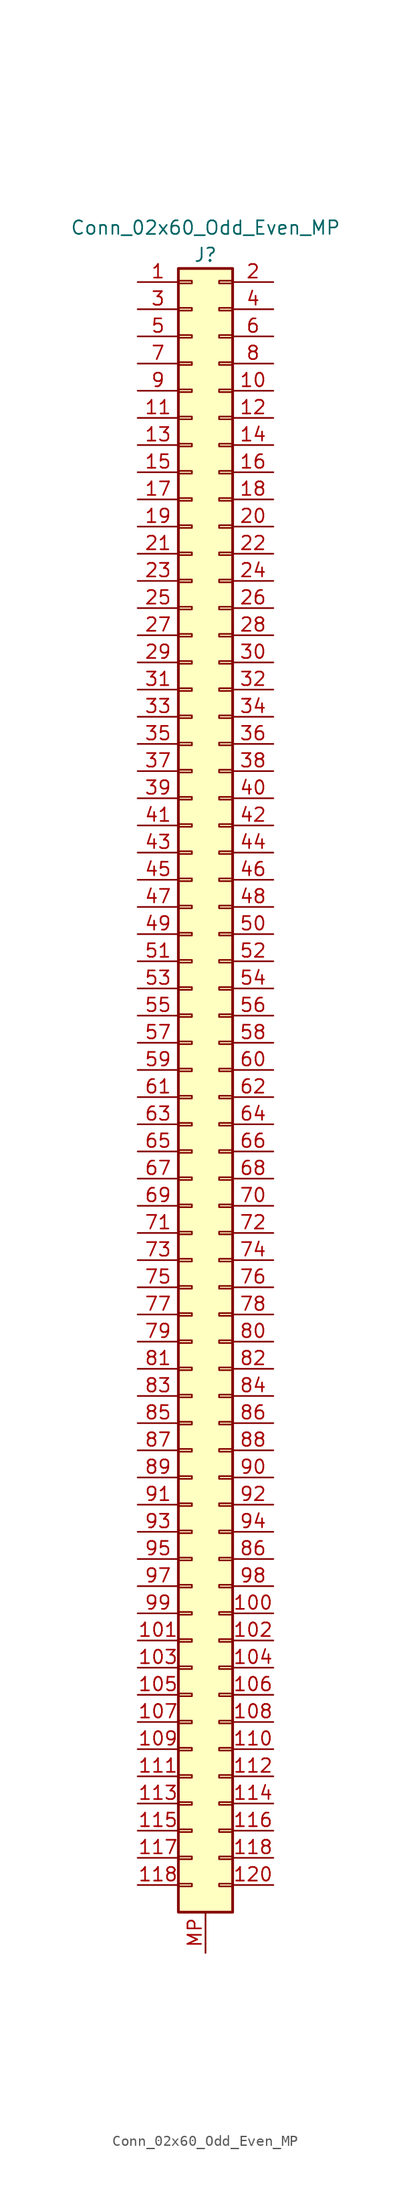
<source format=kicad_sym>
(kicad_symbol_lib
  (version 20241209)
  (generator "kicad_symbol_editor")
  (generator_version "9.0")
  (symbol "Conn_02x60_Odd_Even_MP"
    (pin_names
      (offset 1.016)
      (hide yes))
    (property "Reference" "J"
      (at 0 63.5 0)
      (effects (font (size 1.27 1.27))))
    (property "Value" "Conn_02x60_Odd_Even_MP"
      (at 0 66.04 0)
      (effects (font (size 1.27 1.27))))
    (symbol "Conn_02x60_Odd_Even_MP_1_1"
      (rectangle (start -2.54 62.23) (end 2.54 -91.44) (stroke (width 0.254) (type default)) (fill (type background)))
      (rectangle (start -2.54 61.087) (end -1.27 60.833) (stroke (width 0.152) (type default)) (fill (type none)))
      (rectangle (start -2.54 58.547) (end -1.27 58.293) (stroke (width 0.152) (type default)) (fill (type none)))
      (rectangle (start -2.54 56.007) (end -1.27 55.753) (stroke (width 0.152) (type default)) (fill (type none)))
      (rectangle (start -2.54 53.467) (end -1.27 53.213) (stroke (width 0.152) (type default)) (fill (type none)))
      (rectangle (start -2.54 50.927) (end -1.27 50.673) (stroke (width 0.152) (type default)) (fill (type none)))
      (rectangle (start -2.54 48.387) (end -1.27 48.133) (stroke (width 0.152) (type default)) (fill (type none)))
      (rectangle (start -2.54 45.847) (end -1.27 45.593) (stroke (width 0.152) (type default)) (fill (type none)))
      (rectangle (start -2.54 43.307) (end -1.27 43.053) (stroke (width 0.152) (type default)) (fill (type none)))
      (rectangle (start -2.54 40.767) (end -1.27 40.513) (stroke (width 0.152) (type default)) (fill (type none)))
      (rectangle (start -2.54 38.227) (end -1.27 37.973) (stroke (width 0.152) (type default)) (fill (type none)))
      (rectangle (start -2.54 35.687) (end -1.27 35.433) (stroke (width 0.152) (type default)) (fill (type none)))
      (rectangle (start -2.54 33.147) (end -1.27 32.893) (stroke (width 0.152) (type default)) (fill (type none)))
      (rectangle (start -2.54 30.607) (end -1.27 30.353) (stroke (width 0.152) (type default)) (fill (type none)))
      (rectangle (start -2.54 28.067) (end -1.27 27.813) (stroke (width 0.152) (type default)) (fill (type none)))
      (rectangle (start -2.54 25.527) (end -1.27 25.273) (stroke (width 0.152) (type default)) (fill (type none)))
      (rectangle (start -2.54 22.987) (end -1.27 22.733) (stroke (width 0.152) (type default)) (fill (type none)))
      (rectangle (start -2.54 20.447) (end -1.27 20.193) (stroke (width 0.152) (type default)) (fill (type none)))
      (rectangle (start -2.54 17.907) (end -1.27 17.653) (stroke (width 0.152) (type default)) (fill (type none)))
      (rectangle (start -2.54 15.367) (end -1.27 15.113) (stroke (width 0.152) (type default)) (fill (type none)))
      (rectangle (start -2.54 12.827) (end -1.27 12.573) (stroke (width 0.152) (type default)) (fill (type none)))
      (rectangle (start -2.54 10.287) (end -1.27 10.033) (stroke (width 0.152) (type default)) (fill (type none)))
      (rectangle (start -2.54 7.747) (end -1.27 7.493) (stroke (width 0.152) (type default)) (fill (type none)))
      (rectangle (start -2.54 5.207) (end -1.27 4.953) (stroke (width 0.152) (type default)) (fill (type none)))
      (rectangle (start -2.54 2.667) (end -1.27 2.413) (stroke (width 0.152) (type default)) (fill (type none)))
      (rectangle (start -2.54 0.127) (end -1.27 -0.127) (stroke (width 0.152) (type default)) (fill (type none)))
      (rectangle (start -2.54 -2.413) (end -1.27 -2.667) (stroke (width 0.152) (type default)) (fill (type none)))
      (rectangle (start -2.54 -4.953) (end -1.27 -5.207) (stroke (width 0.152) (type default)) (fill (type none)))
      (rectangle (start -2.54 -7.493) (end -1.27 -7.747) (stroke (width 0.152) (type default)) (fill (type none)))
      (rectangle (start -2.54 -10.033) (end -1.27 -10.287) (stroke (width 0.152) (type default)) (fill (type none)))
      (rectangle (start -2.54 -12.573) (end -1.27 -12.827) (stroke (width 0.152) (type default)) (fill (type none)))
      (rectangle (start -2.54 -15.113) (end -1.27 -15.367) (stroke (width 0.152) (type default)) (fill (type none)))
      (rectangle (start -2.54 -17.653) (end -1.27 -17.907) (stroke (width 0.152) (type default)) (fill (type none)))
      (rectangle (start -2.54 -20.193) (end -1.27 -20.447) (stroke (width 0.152) (type default)) (fill (type none)))
      (rectangle (start -2.54 -22.733) (end -1.27 -22.987) (stroke (width 0.152) (type default)) (fill (type none)))
      (rectangle (start -2.54 -25.273) (end -1.27 -25.527) (stroke (width 0.152) (type default)) (fill (type none)))
      (rectangle (start -2.54 -27.813) (end -1.27 -28.067) (stroke (width 0.152) (type default)) (fill (type none)))
      (rectangle (start -2.54 -30.353) (end -1.27 -30.607) (stroke (width 0.152) (type default)) (fill (type none)))
      (rectangle (start -2.54 -32.893) (end -1.27 -33.147) (stroke (width 0.152) (type default)) (fill (type none)))
      (rectangle (start -2.54 -35.433) (end -1.27 -35.687) (stroke (width 0.152) (type default)) (fill (type none)))
      (rectangle (start -2.54 -37.973) (end -1.27 -38.227) (stroke (width 0.152) (type default)) (fill (type none)))
      (rectangle (start -2.54 -40.513) (end -1.27 -40.767) (stroke (width 0.152) (type default)) (fill (type none)))
      (rectangle (start -2.54 -43.053) (end -1.27 -43.307) (stroke (width 0.152) (type default)) (fill (type none)))
      (rectangle (start -2.54 -45.593) (end -1.27 -45.847) (stroke (width 0.152) (type default)) (fill (type none)))
      (rectangle (start -2.54 -48.133) (end -1.27 -48.387) (stroke (width 0.152) (type default)) (fill (type none)))
      (rectangle (start -2.54 -50.673) (end -1.27 -50.927) (stroke (width 0.152) (type default)) (fill (type none)))
      (rectangle (start -2.54 -53.213) (end -1.27 -53.467) (stroke (width 0.152) (type default)) (fill (type none)))
      (rectangle (start -2.54 -55.753) (end -1.27 -56.007) (stroke (width 0.152) (type default)) (fill (type none)))
      (rectangle (start -2.54 -58.293) (end -1.27 -58.547) (stroke (width 0.152) (type default)) (fill (type none)))
      (rectangle (start -2.54 -60.833) (end -1.27 -61.087) (stroke (width 0.152) (type default)) (fill (type none)))
      (rectangle (start -2.54 -63.373) (end -1.27 -63.627) (stroke (width 0.152) (type default)) (fill (type none)))
      (rectangle (start -2.54 -65.913) (end -1.27 -66.167) (stroke (width 0.152) (type default)) (fill (type none)))
      (rectangle (start -2.54 -68.453) (end -1.27 -68.707) (stroke (width 0.152) (type default)) (fill (type none)))
      (rectangle (start -2.54 -70.993) (end -1.27 -71.247) (stroke (width 0.152) (type default)) (fill (type none)))
      (rectangle (start -2.54 -73.533) (end -1.27 -73.787) (stroke (width 0.152) (type default)) (fill (type none)))
      (rectangle (start -2.54 -76.073) (end -1.27 -76.327) (stroke (width 0.152) (type default)) (fill (type none)))
      (rectangle (start -2.54 -78.613) (end -1.27 -78.867) (stroke (width 0.152) (type default)) (fill (type none)))
      (rectangle (start -2.54 -81.153) (end -1.27 -81.407) (stroke (width 0.152) (type default)) (fill (type none)))
      (rectangle (start -2.54 -83.693) (end -1.27 -83.947) (stroke (width 0.152) (type default)) (fill (type none)))
      (rectangle (start -2.54 -86.233) (end -1.27 -86.487) (stroke (width 0.152) (type default)) (fill (type none)))
      (rectangle (start -2.54 -88.773) (end -1.27 -89.027) (stroke (width 0.152) (type default)) (fill (type none)))
      (rectangle (start 2.54 61.087) (end 1.27 60.833) (stroke (width 0.152) (type default)) (fill (type none)))
      (rectangle (start 2.54 58.547) (end 1.27 58.293) (stroke (width 0.152) (type default)) (fill (type none)))
      (rectangle (start 2.54 56.007) (end 1.27 55.753) (stroke (width 0.152) (type default)) (fill (type none)))
      (rectangle (start 2.54 53.467) (end 1.27 53.213) (stroke (width 0.152) (type default)) (fill (type none)))
      (rectangle (start 2.54 50.927) (end 1.27 50.673) (stroke (width 0.152) (type default)) (fill (type none)))
      (rectangle (start 2.54 48.387) (end 1.27 48.133) (stroke (width 0.152) (type default)) (fill (type none)))
      (rectangle (start 2.54 45.847) (end 1.27 45.593) (stroke (width 0.152) (type default)) (fill (type none)))
      (rectangle (start 2.54 43.307) (end 1.27 43.053) (stroke (width 0.152) (type default)) (fill (type none)))
      (rectangle (start 2.54 40.767) (end 1.27 40.513) (stroke (width 0.152) (type default)) (fill (type none)))
      (rectangle (start 2.54 38.227) (end 1.27 37.973) (stroke (width 0.152) (type default)) (fill (type none)))
      (rectangle (start 2.54 35.687) (end 1.27 35.433) (stroke (width 0.152) (type default)) (fill (type none)))
      (rectangle (start 2.54 33.147) (end 1.27 32.893) (stroke (width 0.152) (type default)) (fill (type none)))
      (rectangle (start 2.54 30.607) (end 1.27 30.353) (stroke (width 0.152) (type default)) (fill (type none)))
      (rectangle (start 2.54 28.067) (end 1.27 27.813) (stroke (width 0.152) (type default)) (fill (type none)))
      (rectangle (start 2.54 25.527) (end 1.27 25.273) (stroke (width 0.152) (type default)) (fill (type none)))
      (rectangle (start 2.54 22.987) (end 1.27 22.733) (stroke (width 0.152) (type default)) (fill (type none)))
      (rectangle (start 2.54 20.447) (end 1.27 20.193) (stroke (width 0.152) (type default)) (fill (type none)))
      (rectangle (start 2.54 17.907) (end 1.27 17.653) (stroke (width 0.152) (type default)) (fill (type none)))
      (rectangle (start 2.54 15.367) (end 1.27 15.113) (stroke (width 0.152) (type default)) (fill (type none)))
      (rectangle (start 2.54 12.827) (end 1.27 12.573) (stroke (width 0.152) (type default)) (fill (type none)))
      (rectangle (start 2.54 10.287) (end 1.27 10.033) (stroke (width 0.152) (type default)) (fill (type none)))
      (rectangle (start 2.54 7.747) (end 1.27 7.493) (stroke (width 0.152) (type default)) (fill (type none)))
      (rectangle (start 2.54 5.207) (end 1.27 4.953) (stroke (width 0.152) (type default)) (fill (type none)))
      (rectangle (start 2.54 2.667) (end 1.27 2.413) (stroke (width 0.152) (type default)) (fill (type none)))
      (rectangle (start 2.54 0.127) (end 1.27 -0.127) (stroke (width 0.152) (type default)) (fill (type none)))
      (rectangle (start 2.54 -2.413) (end 1.27 -2.667) (stroke (width 0.152) (type default)) (fill (type none)))
      (rectangle (start 2.54 -4.953) (end 1.27 -5.207) (stroke (width 0.152) (type default)) (fill (type none)))
      (rectangle (start 2.54 -7.493) (end 1.27 -7.747) (stroke (width 0.152) (type default)) (fill (type none)))
      (rectangle (start 2.54 -10.033) (end 1.27 -10.287) (stroke (width 0.152) (type default)) (fill (type none)))
      (rectangle (start 2.54 -12.573) (end 1.27 -12.827) (stroke (width 0.152) (type default)) (fill (type none)))
      (rectangle (start 2.54 -15.113) (end 1.27 -15.367) (stroke (width 0.152) (type default)) (fill (type none)))
      (rectangle (start 2.54 -17.653) (end 1.27 -17.907) (stroke (width 0.152) (type default)) (fill (type none)))
      (rectangle (start 2.54 -20.193) (end 1.27 -20.447) (stroke (width 0.152) (type default)) (fill (type none)))
      (rectangle (start 2.54 -22.733) (end 1.27 -22.987) (stroke (width 0.152) (type default)) (fill (type none)))
      (rectangle (start 2.54 -25.273) (end 1.27 -25.527) (stroke (width 0.152) (type default)) (fill (type none)))
      (rectangle (start 2.54 -27.813) (end 1.27 -28.067) (stroke (width 0.152) (type default)) (fill (type none)))
      (rectangle (start 2.54 -30.353) (end 1.27 -30.607) (stroke (width 0.152) (type default)) (fill (type none)))
      (rectangle (start 2.54 -32.893) (end 1.27 -33.147) (stroke (width 0.152) (type default)) (fill (type none)))
      (rectangle (start 2.54 -35.433) (end 1.27 -35.687) (stroke (width 0.152) (type default)) (fill (type none)))
      (rectangle (start 2.54 -37.973) (end 1.27 -38.227) (stroke (width 0.152) (type default)) (fill (type none)))
      (rectangle (start 2.54 -40.513) (end 1.27 -40.767) (stroke (width 0.152) (type default)) (fill (type none)))
      (rectangle (start 2.54 -43.053) (end 1.27 -43.307) (stroke (width 0.152) (type default)) (fill (type none)))
      (rectangle (start 2.54 -45.593) (end 1.27 -45.847) (stroke (width 0.152) (type default)) (fill (type none)))
      (rectangle (start 2.54 -48.133) (end 1.27 -48.387) (stroke (width 0.152) (type default)) (fill (type none)))
      (rectangle (start 2.54 -50.673) (end 1.27 -50.927) (stroke (width 0.152) (type default)) (fill (type none)))
      (rectangle (start 2.54 -53.213) (end 1.27 -53.467) (stroke (width 0.152) (type default)) (fill (type none)))
      (rectangle (start 2.54 -55.753) (end 1.27 -56.007) (stroke (width 0.152) (type default)) (fill (type none)))
      (rectangle (start 2.54 -58.293) (end 1.27 -58.547) (stroke (width 0.152) (type default)) (fill (type none)))
      (rectangle (start 2.54 -60.833) (end 1.27 -61.087) (stroke (width 0.152) (type default)) (fill (type none)))
      (rectangle (start 2.54 -63.373) (end 1.27 -63.627) (stroke (width 0.152) (type default)) (fill (type none)))
      (rectangle (start 2.54 -65.913) (end 1.27 -66.167) (stroke (width 0.152) (type default)) (fill (type none)))
      (rectangle (start 2.54 -68.453) (end 1.27 -68.707) (stroke (width 0.152) (type default)) (fill (type none)))
      (rectangle (start 2.54 -70.993) (end 1.27 -71.247) (stroke (width 0.152) (type default)) (fill (type none)))
      (rectangle (start 2.54 -73.533) (end 1.27 -73.787) (stroke (width 0.152) (type default)) (fill (type none)))
      (rectangle (start 2.54 -76.073) (end 1.27 -76.327) (stroke (width 0.152) (type default)) (fill (type none)))
      (rectangle (start 2.54 -78.613) (end 1.27 -78.867) (stroke (width 0.152) (type default)) (fill (type none)))
      (rectangle (start 2.54 -81.153) (end 1.27 -81.407) (stroke (width 0.152) (type default)) (fill (type none)))
      (rectangle (start 2.54 -83.693) (end 1.27 -83.947) (stroke (width 0.152) (type default)) (fill (type none)))
      (rectangle (start 2.54 -86.233) (end 1.27 -86.487) (stroke (width 0.152) (type default)) (fill (type none)))
      (rectangle (start 2.54 -88.773) (end 1.27 -89.027) (stroke (width 0.152) (type default)) (fill (type none)))
      (pin passive line (at -6.35 60.96 0) (length 3.81) (name "Pin_1" (effects (font (size 1.27 1.27)))) (number "1" (effects (font (size 1.27 1.27)))))
      (pin passive line (at -6.35 58.42 0) (length 3.81) (name "Pin_3" (effects (font (size 1.27 1.27)))) (number "3" (effects (font (size 1.27 1.27)))))
      (pin passive line (at -6.35 55.88 0) (length 3.81) (name "Pin_5" (effects (font (size 1.27 1.27)))) (number "5" (effects (font (size 1.27 1.27)))))
      (pin passive line (at -6.35 53.34 0) (length 3.81) (name "Pin_7" (effects (font (size 1.27 1.27)))) (number "7" (effects (font (size 1.27 1.27)))))
      (pin passive line (at -6.35 50.8 0) (length 3.81) (name "Pin_9" (effects (font (size 1.27 1.27)))) (number "9" (effects (font (size 1.27 1.27)))))
      (pin passive line (at -6.35 48.26 0) (length 3.81) (name "Pin_11" (effects (font (size 1.27 1.27)))) (number "11" (effects (font (size 1.27 1.27)))))
      (pin passive line (at -6.35 45.72 0) (length 3.81) (name "Pin_13" (effects (font (size 1.27 1.27)))) (number "13" (effects (font (size 1.27 1.27)))))
      (pin passive line (at -6.35 43.18 0) (length 3.81) (name "Pin_15" (effects (font (size 1.27 1.27)))) (number "15" (effects (font (size 1.27 1.27)))))
      (pin passive line (at -6.35 40.64 0) (length 3.81) (name "Pin_17" (effects (font (size 1.27 1.27)))) (number "17" (effects (font (size 1.27 1.27)))))
      (pin passive line (at -6.35 38.1 0) (length 3.81) (name "Pin_19" (effects (font (size 1.27 1.27)))) (number "19" (effects (font (size 1.27 1.27)))))
      (pin passive line (at -6.35 35.56 0) (length 3.81) (name "Pin_21" (effects (font (size 1.27 1.27)))) (number "21" (effects (font (size 1.27 1.27)))))
      (pin passive line (at -6.35 33.02 0) (length 3.81) (name "Pin_23" (effects (font (size 1.27 1.27)))) (number "23" (effects (font (size 1.27 1.27)))))
      (pin passive line (at -6.35 30.48 0) (length 3.81) (name "Pin_25" (effects (font (size 1.27 1.27)))) (number "25" (effects (font (size 1.27 1.27)))))
      (pin passive line (at -6.35 27.94 0) (length 3.81) (name "Pin_27" (effects (font (size 1.27 1.27)))) (number "27" (effects (font (size 1.27 1.27)))))
      (pin passive line (at -6.35 25.4 0) (length 3.81) (name "Pin_29" (effects (font (size 1.27 1.27)))) (number "29" (effects (font (size 1.27 1.27)))))
      (pin passive line (at -6.35 22.86 0) (length 3.81) (name "Pin_31" (effects (font (size 1.27 1.27)))) (number "31" (effects (font (size 1.27 1.27)))))
      (pin passive line (at -6.35 20.32 0) (length 3.81) (name "Pin_33" (effects (font (size 1.27 1.27)))) (number "33" (effects (font (size 1.27 1.27)))))
      (pin passive line (at -6.35 17.78 0) (length 3.81) (name "Pin_35" (effects (font (size 1.27 1.27)))) (number "35" (effects (font (size 1.27 1.27)))))
      (pin passive line (at -6.35 15.24 0) (length 3.81) (name "Pin_37" (effects (font (size 1.27 1.27)))) (number "37" (effects (font (size 1.27 1.27)))))
      (pin passive line (at -6.35 12.7 0) (length 3.81) (name "Pin_39" (effects (font (size 1.27 1.27)))) (number "39" (effects (font (size 1.27 1.27)))))
      (pin passive line (at -6.35 10.16 0) (length 3.81) (name "Pin_41" (effects (font (size 1.27 1.27)))) (number "41" (effects (font (size 1.27 1.27)))))
      (pin passive line (at -6.35 7.62 0) (length 3.81) (name "Pin_43" (effects (font (size 1.27 1.27)))) (number "43" (effects (font (size 1.27 1.27)))))
      (pin passive line (at -6.35 5.08 0) (length 3.81) (name "Pin_45" (effects (font (size 1.27 1.27)))) (number "45" (effects (font (size 1.27 1.27)))))
      (pin passive line (at -6.35 2.54 0) (length 3.81) (name "Pin_47" (effects (font (size 1.27 1.27)))) (number "47" (effects (font (size 1.27 1.27)))))
      (pin passive line (at -6.35 0 0) (length 3.81) (name "Pin_49" (effects (font (size 1.27 1.27)))) (number "49" (effects (font (size 1.27 1.27)))))
      (pin passive line (at -6.35 -2.54 0) (length 3.81) (name "Pin_51" (effects (font (size 1.27 1.27)))) (number "51" (effects (font (size 1.27 1.27)))))
      (pin passive line (at -6.35 -5.08 0) (length 3.81) (name "Pin_53" (effects (font (size 1.27 1.27)))) (number "53" (effects (font (size 1.27 1.27)))))
      (pin passive line (at -6.35 -7.62 0) (length 3.81) (name "Pin_55" (effects (font (size 1.27 1.27)))) (number "55" (effects (font (size 1.27 1.27)))))
      (pin passive line (at -6.35 -10.16 0) (length 3.81) (name "Pin_57" (effects (font (size 1.27 1.27)))) (number "57" (effects (font (size 1.27 1.27)))))
      (pin passive line (at -6.35 -12.7 0) (length 3.81) (name "Pin_59" (effects (font (size 1.27 1.27)))) (number "59" (effects (font (size 1.27 1.27)))))
      (pin passive line (at -6.35 -15.24 0) (length 3.81) (name "Pin_61" (effects (font (size 1.27 1.27)))) (number "61" (effects (font (size 1.27 1.27)))))
      (pin passive line (at -6.35 -17.78 0) (length 3.81) (name "Pin_63" (effects (font (size 1.27 1.27)))) (number "63" (effects (font (size 1.27 1.27)))))
      (pin passive line (at -6.35 -20.32 0) (length 3.81) (name "Pin_65" (effects (font (size 1.27 1.27)))) (number "65" (effects (font (size 1.27 1.27)))))
      (pin passive line (at -6.35 -22.86 0) (length 3.81) (name "Pin_67" (effects (font (size 1.27 1.27)))) (number "67" (effects (font (size 1.27 1.27)))))
      (pin passive line (at -6.35 -25.4 0) (length 3.81) (name "Pin_69" (effects (font (size 1.27 1.27)))) (number "69" (effects (font (size 1.27 1.27)))))
      (pin passive line (at -6.35 -27.94 0) (length 3.81) (name "Pin_71" (effects (font (size 1.27 1.27)))) (number "71" (effects (font (size 1.27 1.27)))))
      (pin passive line (at -6.35 -30.48 0) (length 3.81) (name "Pin_73" (effects (font (size 1.27 1.27)))) (number "73" (effects (font (size 1.27 1.27)))))
      (pin passive line (at -6.35 -33.02 0) (length 3.81) (name "Pin_75" (effects (font (size 1.27 1.27)))) (number "75" (effects (font (size 1.27 1.27)))))
      (pin passive line (at -6.35 -35.56 0) (length 3.81) (name "Pin_77" (effects (font (size 1.27 1.27)))) (number "77" (effects (font (size 1.27 1.27)))))
      (pin passive line (at -6.35 -38.1 0) (length 3.81) (name "Pin_79" (effects (font (size 1.27 1.27)))) (number "79" (effects (font (size 1.27 1.27)))))
      (pin passive line (at -6.35 -40.64 0) (length 3.81) (name "Pin_81" (effects (font (size 1.27 1.27)))) (number "81" (effects (font (size 1.27 1.27)))))
      (pin passive line (at -6.35 -43.18 0) (length 3.81) (name "Pin_83" (effects (font (size 1.27 1.27)))) (number "83" (effects (font (size 1.27 1.27)))))
      (pin passive line (at -6.35 -45.72 0) (length 3.81) (name "Pin_85" (effects (font (size 1.27 1.27)))) (number "85" (effects (font (size 1.27 1.27)))))
      (pin passive line (at -6.35 -48.26 0) (length 3.81) (name "Pin_87" (effects (font (size 1.27 1.27)))) (number "87" (effects (font (size 1.27 1.27)))))
      (pin passive line (at -6.35 -50.8 0) (length 3.81) (name "Pin_89" (effects (font (size 1.27 1.27)))) (number "89" (effects (font (size 1.27 1.27)))))
      (pin passive line (at -6.35 -53.34 0) (length 3.81) (name "Pin_91" (effects (font (size 1.27 1.27)))) (number "91" (effects (font (size 1.27 1.27)))))
      (pin passive line (at -6.35 -55.88 0) (length 3.81) (name "Pin_93" (effects (font (size 1.27 1.27)))) (number "93" (effects (font (size 1.27 1.27)))))
      (pin passive line (at -6.35 -58.42 0) (length 3.81) (name "Pin_95" (effects (font (size 1.27 1.27)))) (number "95" (effects (font (size 1.27 1.27)))))
      (pin passive line (at -6.35 -60.96 0) (length 3.81) (name "Pin_97" (effects (font (size 1.27 1.27)))) (number "97" (effects (font (size 1.27 1.27)))))
      (pin passive line (at -6.35 -63.5 0) (length 3.81) (name "Pin_99" (effects (font (size 1.27 1.27)))) (number "99" (effects (font (size 1.27 1.27)))))
      (pin passive line (at -6.35 -66.04 0) (length 3.81) (name "Pin_101" (effects (font (size 1.27 1.27)))) (number "101" (effects (font (size 1.27 1.27)))))
      (pin passive line (at -6.35 -68.58 0) (length 3.81) (name "Pin_103" (effects (font (size 1.27 1.27)))) (number "103" (effects (font (size 1.27 1.27)))))
      (pin passive line (at -6.35 -71.12 0) (length 3.81) (name "Pin_105" (effects (font (size 1.27 1.27)))) (number "105" (effects (font (size 1.27 1.27)))))
      (pin passive line (at -6.35 -73.66 0) (length 3.81) (name "Pin_107" (effects (font (size 1.27 1.27)))) (number "107" (effects (font (size 1.27 1.27)))))
      (pin passive line (at -6.35 -76.2 0) (length 3.81) (name "Pin_109" (effects (font (size 1.27 1.27)))) (number "109" (effects (font (size 1.27 1.27)))))
      (pin passive line (at -6.35 -78.74 0) (length 3.81) (name "Pin_111" (effects (font (size 1.27 1.27)))) (number "111" (effects (font (size 1.27 1.27)))))
      (pin passive line (at -6.35 -81.28 0) (length 3.81) (name "Pin_113" (effects (font (size 1.27 1.27)))) (number "113" (effects (font (size 1.27 1.27)))))
      (pin passive line (at -6.35 -83.82 0) (length 3.81) (name "Pin_115" (effects (font (size 1.27 1.27)))) (number "115" (effects (font (size 1.27 1.27)))))
      (pin passive line (at -6.35 -86.36 0) (length 3.81) (name "Pin_117" (effects (font (size 1.27 1.27)))) (number "117" (effects (font (size 1.27 1.27)))))
      (pin passive line (at -6.35 -88.9 0) (length 3.81) (name "Pin_118" (effects (font (size 1.27 1.27)))) (number "118" (effects (font (size 1.27 1.27)))))
      (pin power_in line (at 0 -95.25 90) (length 3.81) (name "MP" (effects (font (size 1.27 1.27)))) (number "MP" (effects (font (size 1.27 1.27)))))
      (pin passive line (at 6.35 60.96 180) (length 3.81) (name "Pin_2" (effects (font (size 1.27 1.27)))) (number "2" (effects (font (size 1.27 1.27)))))
      (pin passive line (at 6.35 58.42 180) (length 3.81) (name "Pin_4" (effects (font (size 1.27 1.27)))) (number "4" (effects (font (size 1.27 1.27)))))
      (pin passive line (at 6.35 55.88 180) (length 3.81) (name "Pin_6" (effects (font (size 1.27 1.27)))) (number "6" (effects (font (size 1.27 1.27)))))
      (pin passive line (at 6.35 53.34 180) (length 3.81) (name "Pin_8" (effects (font (size 1.27 1.27)))) (number "8" (effects (font (size 1.27 1.27)))))
      (pin passive line (at 6.35 50.8 180) (length 3.81) (name "Pin_10" (effects (font (size 1.27 1.27)))) (number "10" (effects (font (size 1.27 1.27)))))
      (pin passive line (at 6.35 48.26 180) (length 3.81) (name "Pin_12" (effects (font (size 1.27 1.27)))) (number "12" (effects (font (size 1.27 1.27)))))
      (pin passive line (at 6.35 45.72 180) (length 3.81) (name "Pin_14" (effects (font (size 1.27 1.27)))) (number "14" (effects (font (size 1.27 1.27)))))
      (pin passive line (at 6.35 43.18 180) (length 3.81) (name "Pin_16" (effects (font (size 1.27 1.27)))) (number "16" (effects (font (size 1.27 1.27)))))
      (pin passive line (at 6.35 40.64 180) (length 3.81) (name "Pin_18" (effects (font (size 1.27 1.27)))) (number "18" (effects (font (size 1.27 1.27)))))
      (pin passive line (at 6.35 38.1 180) (length 3.81) (name "Pin_20" (effects (font (size 1.27 1.27)))) (number "20" (effects (font (size 1.27 1.27)))))
      (pin passive line (at 6.35 35.56 180) (length 3.81) (name "Pin_22" (effects (font (size 1.27 1.27)))) (number "22" (effects (font (size 1.27 1.27)))))
      (pin passive line (at 6.35 33.02 180) (length 3.81) (name "Pin_24" (effects (font (size 1.27 1.27)))) (number "24" (effects (font (size 1.27 1.27)))))
      (pin passive line (at 6.35 30.48 180) (length 3.81) (name "Pin_26" (effects (font (size 1.27 1.27)))) (number "26" (effects (font (size 1.27 1.27)))))
      (pin passive line (at 6.35 27.94 180) (length 3.81) (name "Pin_28" (effects (font (size 1.27 1.27)))) (number "28" (effects (font (size 1.27 1.27)))))
      (pin passive line (at 6.35 25.4 180) (length 3.81) (name "Pin_30" (effects (font (size 1.27 1.27)))) (number "30" (effects (font (size 1.27 1.27)))))
      (pin passive line (at 6.35 22.86 180) (length 3.81) (name "Pin_32" (effects (font (size 1.27 1.27)))) (number "32" (effects (font (size 1.27 1.27)))))
      (pin passive line (at 6.35 20.32 180) (length 3.81) (name "Pin_34" (effects (font (size 1.27 1.27)))) (number "34" (effects (font (size 1.27 1.27)))))
      (pin passive line (at 6.35 17.78 180) (length 3.81) (name "Pin_36" (effects (font (size 1.27 1.27)))) (number "36" (effects (font (size 1.27 1.27)))))
      (pin passive line (at 6.35 15.24 180) (length 3.81) (name "Pin_38" (effects (font (size 1.27 1.27)))) (number "38" (effects (font (size 1.27 1.27)))))
      (pin passive line (at 6.35 12.7 180) (length 3.81) (name "Pin_40" (effects (font (size 1.27 1.27)))) (number "40" (effects (font (size 1.27 1.27)))))
      (pin passive line (at 6.35 10.16 180) (length 3.81) (name "Pin_42" (effects (font (size 1.27 1.27)))) (number "42" (effects (font (size 1.27 1.27)))))
      (pin passive line (at 6.35 7.62 180) (length 3.81) (name "Pin_44" (effects (font (size 1.27 1.27)))) (number "44" (effects (font (size 1.27 1.27)))))
      (pin passive line (at 6.35 5.08 180) (length 3.81) (name "Pin_46" (effects (font (size 1.27 1.27)))) (number "46" (effects (font (size 1.27 1.27)))))
      (pin passive line (at 6.35 2.54 180) (length 3.81) (name "Pin_48" (effects (font (size 1.27 1.27)))) (number "48" (effects (font (size 1.27 1.27)))))
      (pin passive line (at 6.35 0 180) (length 3.81) (name "Pin_50" (effects (font (size 1.27 1.27)))) (number "50" (effects (font (size 1.27 1.27)))))
      (pin passive line (at 6.35 -2.54 180) (length 3.81) (name "Pin_52" (effects (font (size 1.27 1.27)))) (number "52" (effects (font (size 1.27 1.27)))))
      (pin passive line (at 6.35 -5.08 180) (length 3.81) (name "Pin_54" (effects (font (size 1.27 1.27)))) (number "54" (effects (font (size 1.27 1.27)))))
      (pin passive line (at 6.35 -7.62 180) (length 3.81) (name "Pin_56" (effects (font (size 1.27 1.27)))) (number "56" (effects (font (size 1.27 1.27)))))
      (pin passive line (at 6.35 -10.16 180) (length 3.81) (name "Pin_58" (effects (font (size 1.27 1.27)))) (number "58" (effects (font (size 1.27 1.27)))))
      (pin passive line (at 6.35 -12.7 180) (length 3.81) (name "Pin_60" (effects (font (size 1.27 1.27)))) (number "60" (effects (font (size 1.27 1.27)))))
      (pin passive line (at 6.35 -15.24 180) (length 3.81) (name "Pin_62" (effects (font (size 1.27 1.27)))) (number "62" (effects (font (size 1.27 1.27)))))
      (pin passive line (at 6.35 -17.78 180) (length 3.81) (name "Pin_64" (effects (font (size 1.27 1.27)))) (number "64" (effects (font (size 1.27 1.27)))))
      (pin passive line (at 6.35 -20.32 180) (length 3.81) (name "Pin_66" (effects (font (size 1.27 1.27)))) (number "66" (effects (font (size 1.27 1.27)))))
      (pin passive line (at 6.35 -22.86 180) (length 3.81) (name "Pin_68" (effects (font (size 1.27 1.27)))) (number "68" (effects (font (size 1.27 1.27)))))
      (pin passive line (at 6.35 -25.4 180) (length 3.81) (name "Pin_70" (effects (font (size 1.27 1.27)))) (number "70" (effects (font (size 1.27 1.27)))))
      (pin passive line (at 6.35 -27.94 180) (length 3.81) (name "Pin_72" (effects (font (size 1.27 1.27)))) (number "72" (effects (font (size 1.27 1.27)))))
      (pin passive line (at 6.35 -30.48 180) (length 3.81) (name "Pin_74" (effects (font (size 1.27 1.27)))) (number "74" (effects (font (size 1.27 1.27)))))
      (pin passive line (at 6.35 -33.02 180) (length 3.81) (name "Pin_76" (effects (font (size 1.27 1.27)))) (number "76" (effects (font (size 1.27 1.27)))))
      (pin passive line (at 6.35 -35.56 180) (length 3.81) (name "Pin_78" (effects (font (size 1.27 1.27)))) (number "78" (effects (font (size 1.27 1.27)))))
      (pin passive line (at 6.35 -38.1 180) (length 3.81) (name "Pin_80" (effects (font (size 1.27 1.27)))) (number "80" (effects (font (size 1.27 1.27)))))
      (pin passive line (at 6.35 -40.64 180) (length 3.81) (name "Pin_82" (effects (font (size 1.27 1.27)))) (number "82" (effects (font (size 1.27 1.27)))))
      (pin passive line (at 6.35 -43.18 180) (length 3.81) (name "Pin_84" (effects (font (size 1.27 1.27)))) (number "84" (effects (font (size 1.27 1.27)))))
      (pin passive line (at 6.35 -45.72 180) (length 3.81) (name "Pin_86" (effects (font (size 1.27 1.27)))) (number "86" (effects (font (size 1.27 1.27)))))
      (pin passive line (at 6.35 -48.26 180) (length 3.81) (name "Pin_88" (effects (font (size 1.27 1.27)))) (number "88" (effects (font (size 1.27 1.27)))))
      (pin passive line (at 6.35 -50.8 180) (length 3.81) (name "Pin_90" (effects (font (size 1.27 1.27)))) (number "90" (effects (font (size 1.27 1.27)))))
      (pin passive line (at 6.35 -53.34 180) (length 3.81) (name "Pin_92" (effects (font (size 1.27 1.27)))) (number "92" (effects (font (size 1.27 1.27)))))
      (pin passive line (at 6.35 -55.88 180) (length 3.81) (name "Pin_94" (effects (font (size 1.27 1.27)))) (number "94" (effects (font (size 1.27 1.27)))))
      (pin passive line (at 6.35 -58.42 180) (length 3.81) (name "Pin_96" (effects (font (size 1.27 1.27)))) (number "86" (effects (font (size 1.27 1.27)))))
      (pin passive line (at 6.35 -60.96 180) (length 3.81) (name "Pin_98" (effects (font (size 1.27 1.27)))) (number "98" (effects (font (size 1.27 1.27)))))
      (pin passive line (at 6.35 -63.5 180) (length 3.81) (name "Pin_100" (effects (font (size 1.27 1.27)))) (number "100" (effects (font (size 1.27 1.27)))))
      (pin passive line (at 6.35 -66.04 180) (length 3.81) (name "Pin_102" (effects (font (size 1.27 1.27)))) (number "102" (effects (font (size 1.27 1.27)))))
      (pin passive line (at 6.35 -68.58 180) (length 3.81) (name "Pin_104" (effects (font (size 1.27 1.27)))) (number "104" (effects (font (size 1.27 1.27)))))
      (pin passive line (at 6.35 -71.12 180) (length 3.81) (name "Pin_106" (effects (font (size 1.27 1.27)))) (number "106" (effects (font (size 1.27 1.27)))))
      (pin passive line (at 6.35 -73.66 180) (length 3.81) (name "Pin_108" (effects (font (size 1.27 1.27)))) (number "108" (effects (font (size 1.27 1.27)))))
      (pin passive line (at 6.35 -76.2 180) (length 3.81) (name "Pin_110" (effects (font (size 1.27 1.27)))) (number "110" (effects (font (size 1.27 1.27)))))
      (pin passive line (at 6.35 -78.74 180) (length 3.81) (name "Pin_112" (effects (font (size 1.27 1.27)))) (number "112" (effects (font (size 1.27 1.27)))))
      (pin passive line (at 6.35 -81.28 180) (length 3.81) (name "Pin_114" (effects (font (size 1.27 1.27)))) (number "114" (effects (font (size 1.27 1.27)))))
      (pin passive line (at 6.35 -83.82 180) (length 3.81) (name "Pin_116" (effects (font (size 1.27 1.27)))) (number "116" (effects (font (size 1.27 1.27)))))
      (pin passive line (at 6.35 -86.36 180) (length 3.81) (name "Pin_118" (effects (font (size 1.27 1.27)))) (number "118" (effects (font (size 1.27 1.27)))))
      (pin passive line (at 6.35 -88.9 180) (length 3.81) (name "Pin_120" (effects (font (size 1.27 1.27)))) (number "120" (effects (font (size 1.27 1.27))))))))
</source>
